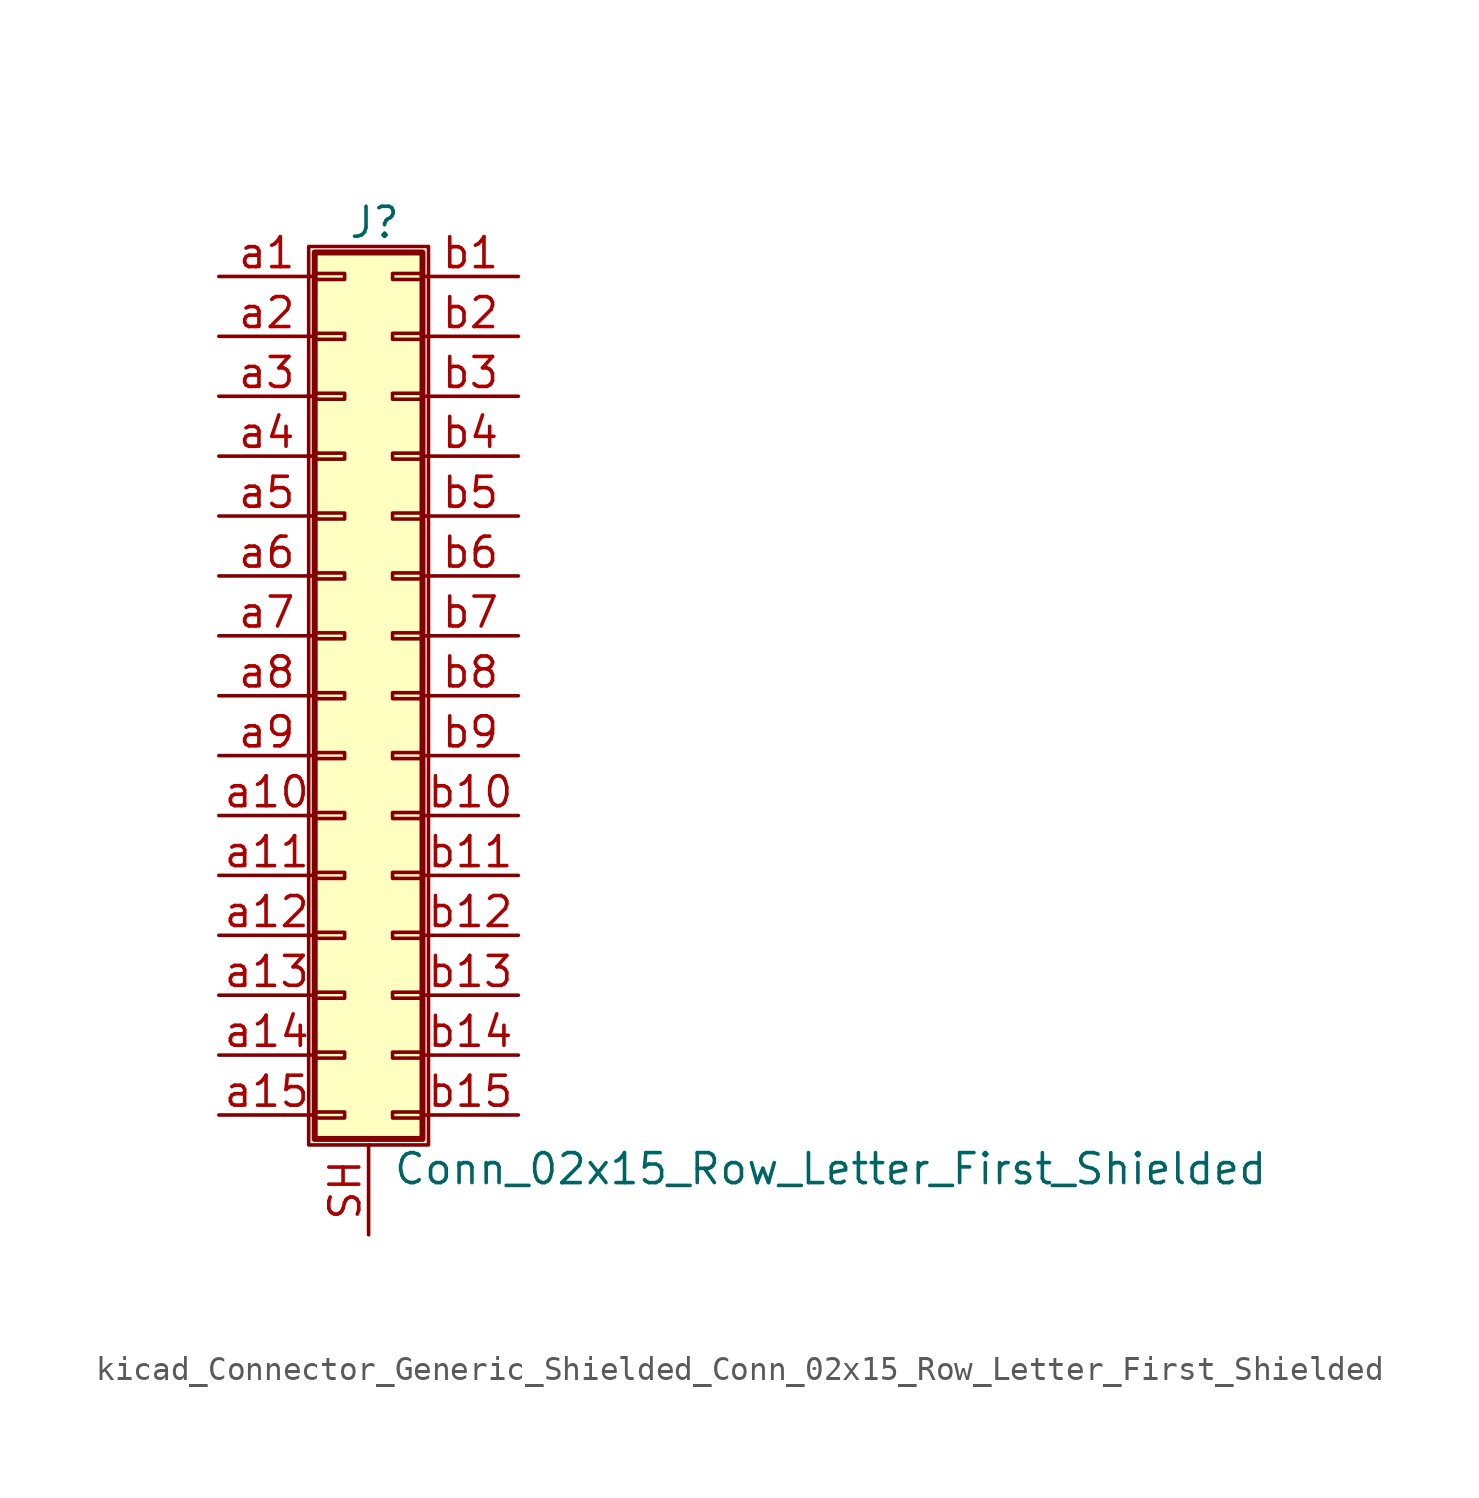
<source format=kicad_sym>
(kicad_symbol_lib
  (version 20220914)
  (generator kicad_symbol_editor)
  (symbol "kicad_Connector_Generic_Shielded_Conn_02x15_Row_Letter_First_Shielded"
    (pin_names
      (offset 1.016) hide)
    (property "Reference" "J"
      (at 1.524 20.066 0)
      (effects (font (size 1.27 1.27))))
    (property "Value" "Conn_02x15_Row_Letter_First_Shielded"
      (at 2.286 -20.066 0)
      (effects (font (size 1.27 1.27)) (justify left)))
    (symbol "kicad_Connector_Generic_Shielded_Conn_02x15_Row_Letter_First_Shielded_1_1"
      (rectangle (start -1.27 19.05) (end 3.81 -19.05) (stroke (width 0.152) (type default)) (fill (type none)))
      (rectangle (start -1.016 -17.653) (end 0.254 -17.907) (stroke (width 0.152) (type default)) (fill (type none)))
      (rectangle (start -1.016 -15.113) (end 0.254 -15.367) (stroke (width 0.152) (type default)) (fill (type none)))
      (rectangle (start -1.016 -12.573) (end 0.254 -12.827) (stroke (width 0.152) (type default)) (fill (type none)))
      (rectangle (start -1.016 -10.033) (end 0.254 -10.287) (stroke (width 0.152) (type default)) (fill (type none)))
      (rectangle (start -1.016 -7.493) (end 0.254 -7.747) (stroke (width 0.152) (type default)) (fill (type none)))
      (rectangle (start -1.016 -4.953) (end 0.254 -5.207) (stroke (width 0.152) (type default)) (fill (type none)))
      (rectangle (start -1.016 -2.413) (end 0.254 -2.667) (stroke (width 0.152) (type default)) (fill (type none)))
      (rectangle (start -1.016 0.127) (end 0.254 -0.127) (stroke (width 0.152) (type default)) (fill (type none)))
      (rectangle (start -1.016 2.667) (end 0.254 2.413) (stroke (width 0.152) (type default)) (fill (type none)))
      (rectangle (start -1.016 5.207) (end 0.254 4.953) (stroke (width 0.152) (type default)) (fill (type none)))
      (rectangle (start -1.016 7.747) (end 0.254 7.493) (stroke (width 0.152) (type default)) (fill (type none)))
      (rectangle (start -1.016 10.287) (end 0.254 10.033) (stroke (width 0.152) (type default)) (fill (type none)))
      (rectangle (start -1.016 12.827) (end 0.254 12.573) (stroke (width 0.152) (type default)) (fill (type none)))
      (rectangle (start -1.016 15.367) (end 0.254 15.113) (stroke (width 0.152) (type default)) (fill (type none)))
      (rectangle (start -1.016 17.907) (end 0.254 17.653) (stroke (width 0.152) (type default)) (fill (type none)))
      (rectangle (start -1.016 18.796) (end 3.556 -18.796) (stroke (width 0.254) (type default)) (fill (type background)))
      (rectangle (start 3.556 -17.653) (end 2.286 -17.907) (stroke (width 0.152) (type default)) (fill (type none)))
      (rectangle (start 3.556 -15.113) (end 2.286 -15.367) (stroke (width 0.152) (type default)) (fill (type none)))
      (rectangle (start 3.556 -12.573) (end 2.286 -12.827) (stroke (width 0.152) (type default)) (fill (type none)))
      (rectangle (start 3.556 -10.033) (end 2.286 -10.287) (stroke (width 0.152) (type default)) (fill (type none)))
      (rectangle (start 3.556 -7.493) (end 2.286 -7.747) (stroke (width 0.152) (type default)) (fill (type none)))
      (rectangle (start 3.556 -4.953) (end 2.286 -5.207) (stroke (width 0.152) (type default)) (fill (type none)))
      (rectangle (start 3.556 -2.413) (end 2.286 -2.667) (stroke (width 0.152) (type default)) (fill (type none)))
      (rectangle (start 3.556 0.127) (end 2.286 -0.127) (stroke (width 0.152) (type default)) (fill (type none)))
      (rectangle (start 3.556 2.667) (end 2.286 2.413) (stroke (width 0.152) (type default)) (fill (type none)))
      (rectangle (start 3.556 5.207) (end 2.286 4.953) (stroke (width 0.152) (type default)) (fill (type none)))
      (rectangle (start 3.556 7.747) (end 2.286 7.493) (stroke (width 0.152) (type default)) (fill (type none)))
      (rectangle (start 3.556 10.287) (end 2.286 10.033) (stroke (width 0.152) (type default)) (fill (type none)))
      (rectangle (start 3.556 12.827) (end 2.286 12.573) (stroke (width 0.152) (type default)) (fill (type none)))
      (rectangle (start 3.556 15.367) (end 2.286 15.113) (stroke (width 0.152) (type default)) (fill (type none)))
      (rectangle (start 3.556 17.907) (end 2.286 17.653) (stroke (width 0.152) (type default)) (fill (type none)))
      (pin passive line (at 1.27 -22.86 90) (length 3.81) (name "Shield" (effects (font (size 1.27 1.27)))) (number "SH" (effects (font (size 1.27 1.27)))))
      (pin passive line (at -5.08 17.78 0) (length 4.064) (name "Pin_a1" (effects (font (size 1.27 1.27)))) (number "a1" (effects (font (size 1.27 1.27)))))
      (pin passive line (at -5.08 -5.08 0) (length 4.064) (name "Pin_a10" (effects (font (size 1.27 1.27)))) (number "a10" (effects (font (size 1.27 1.27)))))
      (pin passive line (at -5.08 -7.62 0) (length 4.064) (name "Pin_a11" (effects (font (size 1.27 1.27)))) (number "a11" (effects (font (size 1.27 1.27)))))
      (pin passive line (at -5.08 -10.16 0) (length 4.064) (name "Pin_a12" (effects (font (size 1.27 1.27)))) (number "a12" (effects (font (size 1.27 1.27)))))
      (pin passive line (at -5.08 -12.7 0) (length 4.064) (name "Pin_a13" (effects (font (size 1.27 1.27)))) (number "a13" (effects (font (size 1.27 1.27)))))
      (pin passive line (at -5.08 -15.24 0) (length 4.064) (name "Pin_a14" (effects (font (size 1.27 1.27)))) (number "a14" (effects (font (size 1.27 1.27)))))
      (pin passive line (at -5.08 -17.78 0) (length 4.064) (name "Pin_a15" (effects (font (size 1.27 1.27)))) (number "a15" (effects (font (size 1.27 1.27)))))
      (pin passive line (at -5.08 15.24 0) (length 4.064) (name "Pin_a2" (effects (font (size 1.27 1.27)))) (number "a2" (effects (font (size 1.27 1.27)))))
      (pin passive line (at -5.08 12.7 0) (length 4.064) (name "Pin_a3" (effects (font (size 1.27 1.27)))) (number "a3" (effects (font (size 1.27 1.27)))))
      (pin passive line (at -5.08 10.16 0) (length 4.064) (name "Pin_a4" (effects (font (size 1.27 1.27)))) (number "a4" (effects (font (size 1.27 1.27)))))
      (pin passive line (at -5.08 7.62 0) (length 4.064) (name "Pin_a5" (effects (font (size 1.27 1.27)))) (number "a5" (effects (font (size 1.27 1.27)))))
      (pin passive line (at -5.08 5.08 0) (length 4.064) (name "Pin_a6" (effects (font (size 1.27 1.27)))) (number "a6" (effects (font (size 1.27 1.27)))))
      (pin passive line (at -5.08 2.54 0) (length 4.064) (name "Pin_a7" (effects (font (size 1.27 1.27)))) (number "a7" (effects (font (size 1.27 1.27)))))
      (pin passive line (at -5.08 0 0) (length 4.064) (name "Pin_a8" (effects (font (size 1.27 1.27)))) (number "a8" (effects (font (size 1.27 1.27)))))
      (pin passive line (at -5.08 -2.54 0) (length 4.064) (name "Pin_a9" (effects (font (size 1.27 1.27)))) (number "a9" (effects (font (size 1.27 1.27)))))
      (pin passive line (at 7.62 17.78 180) (length 4.064) (name "Pin_b1" (effects (font (size 1.27 1.27)))) (number "b1" (effects (font (size 1.27 1.27)))))
      (pin passive line (at 7.62 -5.08 180) (length 4.064) (name "Pin_b10" (effects (font (size 1.27 1.27)))) (number "b10" (effects (font (size 1.27 1.27)))))
      (pin passive line (at 7.62 -7.62 180) (length 4.064) (name "Pin_b11" (effects (font (size 1.27 1.27)))) (number "b11" (effects (font (size 1.27 1.27)))))
      (pin passive line (at 7.62 -10.16 180) (length 4.064) (name "Pin_b12" (effects (font (size 1.27 1.27)))) (number "b12" (effects (font (size 1.27 1.27)))))
      (pin passive line (at 7.62 -12.7 180) (length 4.064) (name "Pin_b13" (effects (font (size 1.27 1.27)))) (number "b13" (effects (font (size 1.27 1.27)))))
      (pin passive line (at 7.62 -15.24 180) (length 4.064) (name "Pin_b14" (effects (font (size 1.27 1.27)))) (number "b14" (effects (font (size 1.27 1.27)))))
      (pin passive line (at 7.62 -17.78 180) (length 4.064) (name "Pin_b15" (effects (font (size 1.27 1.27)))) (number "b15" (effects (font (size 1.27 1.27)))))
      (pin passive line (at 7.62 15.24 180) (length 4.064) (name "Pin_b2" (effects (font (size 1.27 1.27)))) (number "b2" (effects (font (size 1.27 1.27)))))
      (pin passive line (at 7.62 12.7 180) (length 4.064) (name "Pin_b3" (effects (font (size 1.27 1.27)))) (number "b3" (effects (font (size 1.27 1.27)))))
      (pin passive line (at 7.62 10.16 180) (length 4.064) (name "Pin_b4" (effects (font (size 1.27 1.27)))) (number "b4" (effects (font (size 1.27 1.27)))))
      (pin passive line (at 7.62 7.62 180) (length 4.064) (name "Pin_b5" (effects (font (size 1.27 1.27)))) (number "b5" (effects (font (size 1.27 1.27)))))
      (pin passive line (at 7.62 5.08 180) (length 4.064) (name "Pin_b6" (effects (font (size 1.27 1.27)))) (number "b6" (effects (font (size 1.27 1.27)))))
      (pin passive line (at 7.62 2.54 180) (length 4.064) (name "Pin_b7" (effects (font (size 1.27 1.27)))) (number "b7" (effects (font (size 1.27 1.27)))))
      (pin passive line (at 7.62 0 180) (length 4.064) (name "Pin_b8" (effects (font (size 1.27 1.27)))) (number "b8" (effects (font (size 1.27 1.27)))))
      (pin passive line (at 7.62 -2.54 180) (length 4.064) (name "Pin_b9" (effects (font (size 1.27 1.27)))) (number "b9" (effects (font (size 1.27 1.27))))))))
</source>
